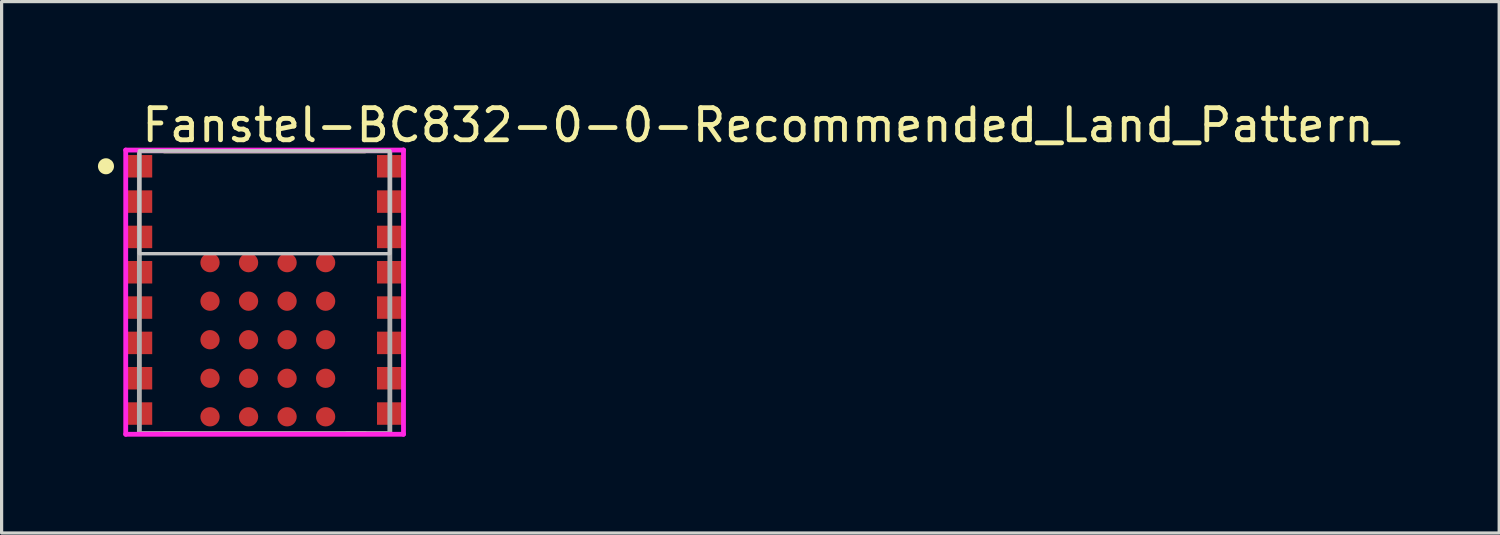
<source format=kicad_pcb>
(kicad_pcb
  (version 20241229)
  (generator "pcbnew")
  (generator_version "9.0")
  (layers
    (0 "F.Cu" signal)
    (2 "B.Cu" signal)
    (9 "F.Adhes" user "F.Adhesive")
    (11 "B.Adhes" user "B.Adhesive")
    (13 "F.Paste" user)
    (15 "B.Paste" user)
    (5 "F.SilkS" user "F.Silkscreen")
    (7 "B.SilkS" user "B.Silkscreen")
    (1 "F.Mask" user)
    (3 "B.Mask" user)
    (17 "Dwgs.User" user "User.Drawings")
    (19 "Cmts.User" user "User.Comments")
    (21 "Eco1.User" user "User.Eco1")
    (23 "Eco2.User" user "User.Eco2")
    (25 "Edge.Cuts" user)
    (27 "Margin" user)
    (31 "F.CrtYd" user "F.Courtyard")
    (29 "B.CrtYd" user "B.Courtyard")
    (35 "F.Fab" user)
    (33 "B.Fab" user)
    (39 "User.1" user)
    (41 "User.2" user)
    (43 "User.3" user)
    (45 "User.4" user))
  (footprint "Fanstel-BC832-0-0-Recommended_Land_Pattern_"
    (layer "F.Cu")
    (at 5.19 6.048)
    (property "Reference" "Fanstel-BC832-0-0-Recommended_Land_Pattern_" (at -3.9 -5.2 0) (layer "F.SilkS") (effects (font (size 1 1) (thickness 0.15)) (justify left)))
    (attr through_hole)
    (fp_line (start -3.125 -4.4) (end 3.125 -4.4) (stroke (width 0.15) (type solid)) (layer "F.SilkS"))
    (fp_line (start -3.125 4.4) (end -2.375 4.4) (stroke (width 0.15) (type solid)) (layer "F.SilkS"))
    (fp_line (start 2.575 4.4) (end 3.125 4.4) (stroke (width 0.15) (type solid)) (layer "F.SilkS"))
    (fp_circle (center -4.94 -3.92) (end -4.815 -3.92) (stroke (width 0.25) (type solid)) (fill no) (layer "F.SilkS"))
    (fp_poly (pts (xy -3.9 -4.4) (xy 3.9 -4.4) (xy 3.9 -1.2) (xy -3.9 -1.2)) (stroke (width 0.1) (type solid)) (fill no) (layer "Dwgs.User"))
    (fp_poly (pts (xy -3.9 -4.4) (xy 3.9 -4.4) (xy 3.9 -1.2) (xy -3.9 -1.2)) (stroke (width 0.1) (type solid)) (fill no) (layer "Dwgs.User"))
    (fp_line (start -4.325 -4.425) (end -4.325 4.425) (stroke (width 0.15) (type solid)) (layer "F.CrtYd"))
    (fp_line (start -4.325 4.425) (end 4.325 4.425) (stroke (width 0.15) (type solid)) (layer "F.CrtYd"))
    (fp_line (start 4.325 -4.425) (end -4.325 -4.425) (stroke (width 0.15) (type solid)) (layer "F.CrtYd"))
    (fp_line (start 4.325 -4.425) (end 4.325 -4.425) (stroke (width 0.15) (type solid)) (layer "F.CrtYd"))
    (fp_line (start 4.325 4.425) (end 4.325 -4.425) (stroke (width 0.15) (type solid)) (layer "F.CrtYd"))
    (fp_line (start -3.9 -4.4) (end 3.9 -4.4) (stroke (width 0.15) (type solid)) (layer "F.Fab"))
    (fp_line (start -3.9 4.4) (end -3.9 -4.4) (stroke (width 0.15) (type solid)) (layer "F.Fab"))
    (fp_line (start 3.9 -4.4) (end 3.9 4.4) (stroke (width 0.15) (type solid)) (layer "F.Fab"))
    (fp_line (start 3.9 4.4) (end -3.9 4.4) (stroke (width 0.15) (type solid)) (layer "F.Fab"))
    (pad "1" smd rect (at -3.9 -3.92) (size 0.8 0.7) (layers "F.Cu" "F.Mask" "F.Paste"))
    (pad "2" smd rect (at -3.9 -2.82) (size 0.8 0.7) (layers "F.Cu" "F.Mask" "F.Paste"))
    (pad "3" smd rect (at -3.9 -1.72) (size 0.8 0.7) (layers "F.Cu" "F.Mask" "F.Paste"))
    (pad "4" smd rect (at -3.9 -0.62) (size 0.8 0.7) (layers "F.Cu" "F.Mask" "F.Paste"))
    (pad "5" smd rect (at -3.9 0.48) (size 0.8 0.7) (layers "F.Cu" "F.Mask" "F.Paste"))
    (pad "6" smd rect (at -3.9 1.58) (size 0.8 0.7) (layers "F.Cu" "F.Mask" "F.Paste"))
    (pad "7" smd rect (at -3.9 2.68) (size 0.8 0.7) (layers "F.Cu" "F.Mask" "F.Paste"))
    (pad "8" smd rect (at -3.9 3.78) (size 0.8 0.7) (layers "F.Cu" "F.Mask" "F.Paste"))
    (pad "9" smd rect (at 3.9 3.78) (size 0.8 0.7) (layers "F.Cu" "F.Mask" "F.Paste"))
    (pad "10" smd rect (at 3.9 2.68) (size 0.8 0.7) (layers "F.Cu" "F.Mask" "F.Paste"))
    (pad "11" smd rect (at 3.9 1.58) (size 0.8 0.7) (layers "F.Cu" "F.Mask" "F.Paste"))
    (pad "12" smd rect (at 3.9 0.48) (size 0.8 0.7) (layers "F.Cu" "F.Mask" "F.Paste"))
    (pad "13" smd rect (at 3.9 -0.62) (size 0.8 0.7) (layers "F.Cu" "F.Mask" "F.Paste"))
    (pad "14" smd rect (at 3.9 -1.72) (size 0.8 0.7) (layers "F.Cu" "F.Mask" "F.Paste"))
    (pad "15" smd rect (at 3.9 -2.82) (size 0.8 0.7) (layers "F.Cu" "F.Mask" "F.Paste"))
    (pad "16" smd rect (at 3.9 -3.92) (size 0.8 0.7) (layers "F.Cu" "F.Mask" "F.Paste"))
    (pad "A1" smd circle (at -1.7 -0.919) (size 0.6 0.6) (layers "F.Cu" "F.Mask" "F.Paste"))
    (pad "A2" smd circle (at -1.7 0.281) (size 0.6 0.6) (layers "F.Cu" "F.Mask" "F.Paste"))
    (pad "A3" smd circle (at -1.7 1.481) (size 0.6 0.6) (layers "F.Cu" "F.Mask" "F.Paste"))
    (pad "A4" smd circle (at -1.7 2.681) (size 0.6 0.6) (layers "F.Cu" "F.Mask" "F.Paste"))
    (pad "A5" smd circle (at -1.7 3.881) (size 0.6 0.6) (layers "F.Cu" "F.Mask" "F.Paste"))
    (pad "B1" smd circle (at -0.5 -0.919) (size 0.6 0.6) (layers "F.Cu" "F.Mask" "F.Paste"))
    (pad "B2" smd circle (at -0.5 0.281) (size 0.6 0.6) (layers "F.Cu" "F.Mask" "F.Paste"))
    (pad "B3" smd circle (at -0.5 1.481) (size 0.6 0.6) (layers "F.Cu" "F.Mask" "F.Paste"))
    (pad "B4" smd circle (at -0.5 2.681) (size 0.6 0.6) (layers "F.Cu" "F.Mask" "F.Paste"))
    (pad "B5" smd circle (at -0.5 3.881) (size 0.6 0.6) (layers "F.Cu" "F.Mask" "F.Paste"))
    (pad "C1" smd circle (at 0.7 -0.919) (size 0.6 0.6) (layers "F.Cu" "F.Mask" "F.Paste"))
    (pad "C2" smd circle (at 0.7 0.281) (size 0.6 0.6) (layers "F.Cu" "F.Mask" "F.Paste"))
    (pad "C3" smd circle (at 0.7 1.481) (size 0.6 0.6) (layers "F.Cu" "F.Mask" "F.Paste"))
    (pad "C4" smd circle (at 0.7 2.681) (size 0.6 0.6) (layers "F.Cu" "F.Mask" "F.Paste"))
    (pad "C5" smd circle (at 0.7 3.881) (size 0.6 0.6) (layers "F.Cu" "F.Mask" "F.Paste"))
    (pad "D1" smd circle (at 1.9 -0.919) (size 0.6 0.6) (layers "F.Cu" "F.Mask" "F.Paste"))
    (pad "D2" smd circle (at 1.9 0.281) (size 0.6 0.6) (layers "F.Cu" "F.Mask" "F.Paste"))
    (pad "D3" smd circle (at 1.9 1.481) (size 0.6 0.6) (layers "F.Cu" "F.Mask" "F.Paste"))
    (pad "D4" smd circle (at 1.9 2.681) (size 0.6 0.6) (layers "F.Cu" "F.Mask" "F.Paste"))
    (pad "D5" smd circle (at 1.9 3.881) (size 0.6 0.6) (layers "F.Cu" "F.Mask" "F.Paste")))
  (gr_rect
    (start -3 -3)
    (end 43.635 13.548)
    (stroke (width 0.1) (type default))
    (fill no)
    (layer "Edge.Cuts")))
</source>
